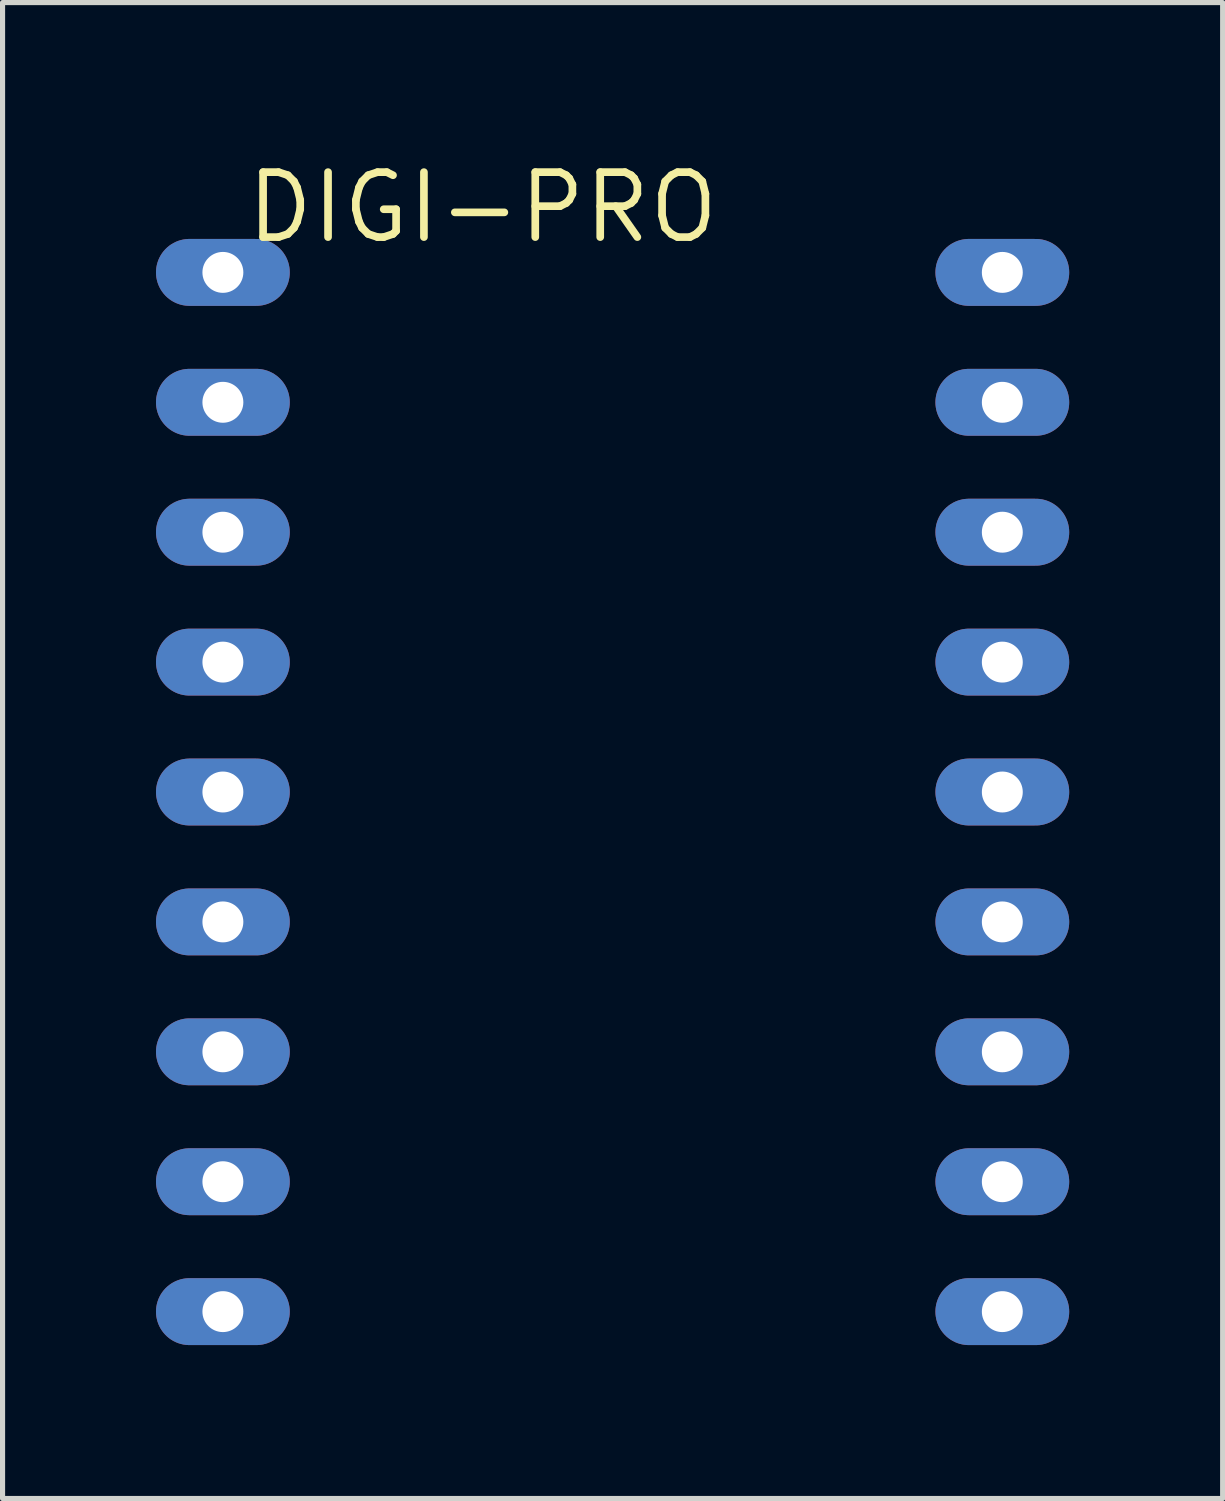
<source format=kicad_pcb>
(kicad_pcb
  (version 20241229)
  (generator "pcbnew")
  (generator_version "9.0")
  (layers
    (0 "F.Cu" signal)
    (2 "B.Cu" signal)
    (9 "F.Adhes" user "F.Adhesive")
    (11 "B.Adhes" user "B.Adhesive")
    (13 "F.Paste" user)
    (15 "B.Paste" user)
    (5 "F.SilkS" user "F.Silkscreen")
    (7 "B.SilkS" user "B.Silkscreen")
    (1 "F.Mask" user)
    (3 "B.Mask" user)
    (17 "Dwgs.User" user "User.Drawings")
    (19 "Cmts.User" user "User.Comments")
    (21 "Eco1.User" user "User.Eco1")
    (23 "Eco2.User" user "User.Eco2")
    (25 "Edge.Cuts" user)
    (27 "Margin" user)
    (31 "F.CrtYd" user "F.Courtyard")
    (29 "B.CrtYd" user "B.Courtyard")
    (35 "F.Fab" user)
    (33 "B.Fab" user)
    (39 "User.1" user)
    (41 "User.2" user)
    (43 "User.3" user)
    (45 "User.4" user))
  (footprint "DIGI-PRO"
    (layer "F.Cu")
    (at 6.388 1.006)
    (property "Reference" "DIGI-PRO" (at 0 0 0) (layer "F.SilkS") (effects (font (size 1.27 1.27) (thickness 0.15))))
    (pad "D0" thru_hole oval (at 10.16 19.05 180) (size 2.616 1.308) (drill 0.8) (layers "*.Cu" "*.Mask"))
    (pad "D1" thru_hole oval (at 10.16 16.51 180) (size 2.616 1.308) (drill 0.8) (layers "*.Cu" "*.Mask"))
    (pad "D2" thru_hole oval (at 10.16 13.97 180) (size 2.616 1.308) (drill 0.8) (layers "*.Cu" "*.Mask"))
    (pad "D3" thru_hole oval (at 10.16 11.43 180) (size 2.616 1.308) (drill 0.8) (layers "*.Cu" "*.Mask"))
    (pad "D4" thru_hole oval (at 10.16 8.89 180) (size 2.616 1.308) (drill 0.8) (layers "*.Cu" "*.Mask"))
    (pad "D5" thru_hole oval (at 10.16 6.35 180) (size 2.616 1.308) (drill 0.8) (layers "*.Cu" "*.Mask"))
    (pad "D6" thru_hole oval (at -5.08 19.05 180) (size 2.616 1.308) (drill 0.8) (layers "*.Cu" "*.Mask"))
    (pad "D7" thru_hole oval (at -5.08 16.51 180) (size 2.616 1.308) (drill 0.8) (layers "*.Cu" "*.Mask"))
    (pad "D8" thru_hole oval (at -5.08 13.97 180) (size 2.616 1.308) (drill 0.8) (layers "*.Cu" "*.Mask"))
    (pad "D9" thru_hole oval (at -5.08 11.43 180) (size 2.616 1.308) (drill 0.8) (layers "*.Cu" "*.Mask"))
    (pad "D10" thru_hole oval (at -5.08 8.89 180) (size 2.616 1.308) (drill 0.8) (layers "*.Cu" "*.Mask"))
    (pad "D11" thru_hole oval (at -5.08 6.35 180) (size 2.616 1.308) (drill 0.8) (layers "*.Cu" "*.Mask"))
    (pad "D12" thru_hole oval (at -5.08 3.81 180) (size 2.616 1.308) (drill 0.8) (layers "*.Cu" "*.Mask"))
    (pad "D13" thru_hole oval (at -5.08 1.27 180) (size 2.616 1.308) (drill 0.8) (layers "*.Cu" "*.Mask"))
    (pad "GND" thru_hole oval (at 10.16 3.81 180) (size 2.616 1.308) (drill 0.8) (layers "*.Cu" "*.Mask"))
    (pad "VCC" thru_hole oval (at 10.16 21.59 180) (size 2.616 1.308) (drill 0.8) (layers "*.Cu" "*.Mask"))
    (pad "VCC1" thru_hole oval (at -5.08 21.59 180) (size 2.616 1.308) (drill 0.8) (layers "*.Cu" "*.Mask"))
    (pad "VIN" thru_hole oval (at 10.16 1.27 180) (size 2.616 1.308) (drill 0.8) (layers "*.Cu" "*.Mask")))
  (gr_rect
    (start -3 -3)
    (end 20.856 26.25)
    (stroke (width 0.1) (type default))
    (fill no)
    (layer "Edge.Cuts")))
</source>
